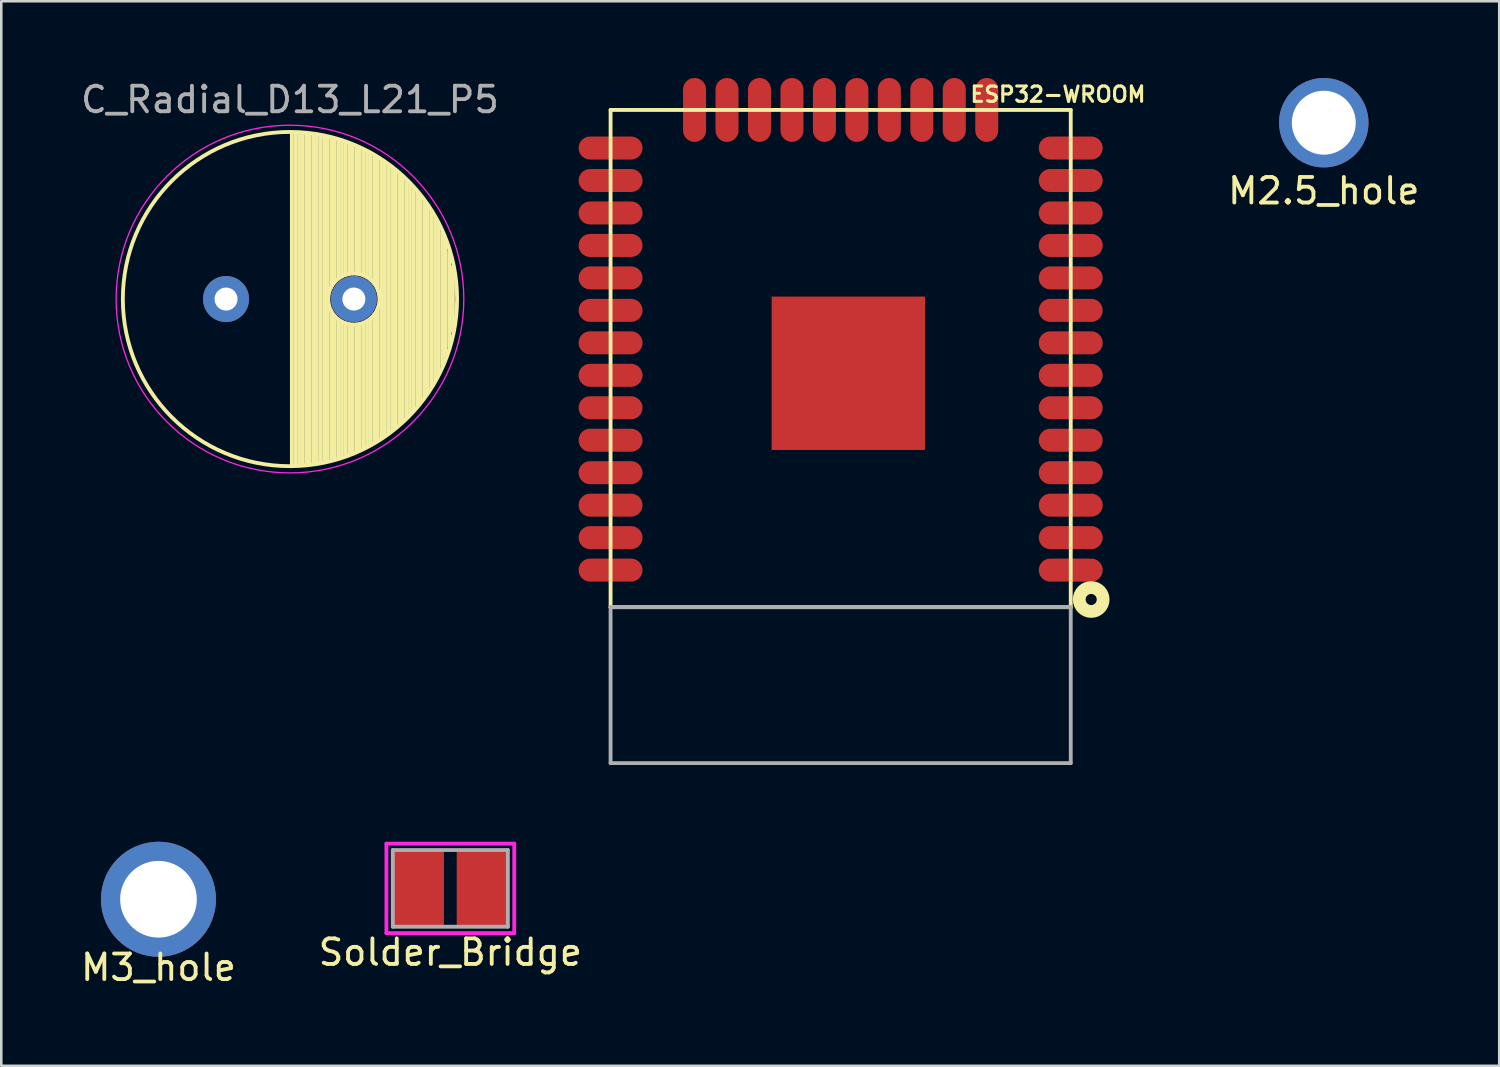
<source format=kicad_pcb>
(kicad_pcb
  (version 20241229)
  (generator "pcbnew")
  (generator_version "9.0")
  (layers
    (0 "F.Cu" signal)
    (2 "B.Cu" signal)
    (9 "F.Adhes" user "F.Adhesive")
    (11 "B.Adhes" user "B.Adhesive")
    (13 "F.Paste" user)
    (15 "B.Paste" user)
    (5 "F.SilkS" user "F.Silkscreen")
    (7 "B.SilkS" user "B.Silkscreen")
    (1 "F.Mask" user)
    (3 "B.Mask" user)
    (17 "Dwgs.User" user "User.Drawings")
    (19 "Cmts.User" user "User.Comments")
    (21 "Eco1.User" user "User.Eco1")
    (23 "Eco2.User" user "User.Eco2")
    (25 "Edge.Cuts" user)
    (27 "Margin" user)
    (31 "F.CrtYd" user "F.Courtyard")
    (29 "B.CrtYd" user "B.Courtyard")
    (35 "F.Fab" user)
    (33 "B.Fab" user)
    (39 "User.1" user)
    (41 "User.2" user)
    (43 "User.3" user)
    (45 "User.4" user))
  (footprint "Solder_Bridge"
    (layer "F.Cu")
    (at 14.565 31.7)
    (property "Reference" "Solder_Bridge" (at 0 2.5 0) (layer "F.SilkS") (effects (font (size 1 1) (thickness 0.15))))
    (attr through_hole)
    (fp_line (start -2.5 -1.75) (end 2.5 -1.75) (stroke (width 0.15) (type solid)) (layer "F.CrtYd"))
    (fp_line (start -2.5 1.75) (end -2.5 -1.75) (stroke (width 0.15) (type solid)) (layer "F.CrtYd"))
    (fp_line (start 2.5 -1.75) (end 2.5 1.75) (stroke (width 0.15) (type solid)) (layer "F.CrtYd"))
    (fp_line (start 2.5 1.75) (end -2.5 1.75) (stroke (width 0.15) (type solid)) (layer "F.CrtYd"))
    (fp_line (start -2.25 -1.5) (end 2.25 -1.5) (stroke (width 0.15) (type solid)) (layer "F.Fab"))
    (fp_line (start -2.25 1.5) (end -2.25 -1.5) (stroke (width 0.15) (type solid)) (layer "F.Fab"))
    (fp_line (start 2.25 -1.5) (end 2.25 1.5) (stroke (width 0.15) (type solid)) (layer "F.Fab"))
    (fp_line (start 2.25 1.5) (end -2.25 1.5) (stroke (width 0.15) (type solid)) (layer "F.Fab"))
    (pad "1" smd rect (at -1.25 0) (size 2 3) (layers "F.Cu" "F.Mask" "F.Paste"))
    (pad "2" smd rect (at 1.25 0) (size 2 3) (layers "F.Cu" "F.Mask" "F.Paste")))
  (footprint "ESP32-WROOM"
    (layer "F.Cu")
    (at 29.833 14)
    (property "Reference" "ESP32-WROOM" (at 8.5 -13.358 0) (layer "F.SilkS") (effects (font (size 0.6 0.6) (thickness 0.12))))
    (attr through_hole)
    (fp_line (start -9 -12.75) (end 9 -12.75) (stroke (width 0.15) (type solid)) (layer "F.SilkS"))
    (fp_line (start -9 6.7) (end 9 6.7) (stroke (width 0.15) (type solid)) (layer "F.SilkS"))
    (fp_line (start -9 6.7) (end -9 -12.75) (stroke (width 0.15) (type solid)) (layer "F.SilkS"))
    (fp_line (start 9 6.7) (end 9 -12.75) (stroke (width 0.15) (type solid)) (layer "F.SilkS"))
    (fp_circle (center 9.8 6.4) (end 9.894 6.596) (stroke (width 0.5) (type solid)) (fill no) (layer "F.SilkS"))
    (fp_line (start -9 6.7) (end 9 6.7) (stroke (width 0.15) (type solid)) (layer "F.Fab"))
    (fp_line (start -9 12.8) (end -9 6.7) (stroke (width 0.15) (type solid)) (layer "F.Fab"))
    (fp_line (start -9 12.8) (end 9 12.8) (stroke (width 0.15) (type solid)) (layer "F.Fab"))
    (fp_line (start 9 6.7) (end 9 12.8) (stroke (width 0.15) (type solid)) (layer "F.Fab"))
    (pad "1" smd oval (at 9 5.25) (size 2.5 0.9) (layers "F.Cu" "F.Mask" "F.Paste"))
    (pad "2" smd oval (at 9 3.98) (size 2.5 0.9) (layers "F.Cu" "F.Mask" "F.Paste"))
    (pad "3" smd oval (at 9 2.71) (size 2.5 0.9) (layers "F.Cu" "F.Mask" "F.Paste"))
    (pad "4" smd oval (at 9 1.44) (size 2.5 0.9) (layers "F.Cu" "F.Mask" "F.Paste"))
    (pad "5" smd oval (at 9 0.17) (size 2.5 0.9) (layers "F.Cu" "F.Mask" "F.Paste"))
    (pad "6" smd oval (at 9 -1.1) (size 2.5 0.9) (layers "F.Cu" "F.Mask" "F.Paste"))
    (pad "7" smd oval (at 9 -2.37) (size 2.5 0.9) (layers "F.Cu" "F.Mask" "F.Paste"))
    (pad "8" smd oval (at 9 -3.64) (size 2.5 0.9) (layers "F.Cu" "F.Mask" "F.Paste"))
    (pad "9" smd oval (at 9 -4.91) (size 2.5 0.9) (layers "F.Cu" "F.Mask" "F.Paste"))
    (pad "10" smd oval (at 9 -6.18) (size 2.5 0.9) (layers "F.Cu" "F.Mask" "F.Paste"))
    (pad "11" smd oval (at 9 -7.45) (size 2.5 0.9) (layers "F.Cu" "F.Mask" "F.Paste"))
    (pad "12" smd oval (at 9 -8.72) (size 2.5 0.9) (layers "F.Cu" "F.Mask" "F.Paste"))
    (pad "13" smd oval (at 9 -9.99) (size 2.5 0.9) (layers "F.Cu" "F.Mask" "F.Paste"))
    (pad "14" smd oval (at 9 -11.26) (size 2.5 0.9) (layers "F.Cu" "F.Mask" "F.Paste"))
    (pad "15" smd oval (at 5.715 -12.75) (size 0.9 2.5) (layers "F.Cu" "F.Mask" "F.Paste"))
    (pad "16" smd oval (at 4.445 -12.75) (size 0.9 2.5) (layers "F.Cu" "F.Mask" "F.Paste"))
    (pad "17" smd oval (at 3.175 -12.75) (size 0.9 2.5) (layers "F.Cu" "F.Mask" "F.Paste"))
    (pad "18" smd oval (at 1.905 -12.75) (size 0.9 2.5) (layers "F.Cu" "F.Mask" "F.Paste"))
    (pad "19" smd oval (at 0.635 -12.75) (size 0.9 2.5) (layers "F.Cu" "F.Mask" "F.Paste"))
    (pad "20" smd oval (at -0.635 -12.75) (size 0.9 2.5) (layers "F.Cu" "F.Mask" "F.Paste"))
    (pad "21" smd oval (at -1.905 -12.75) (size 0.9 2.5) (layers "F.Cu" "F.Mask" "F.Paste"))
    (pad "22" smd oval (at -3.175 -12.75) (size 0.9 2.5) (layers "F.Cu" "F.Mask" "F.Paste"))
    (pad "23" smd oval (at -4.445 -12.75) (size 0.9 2.5) (layers "F.Cu" "F.Mask" "F.Paste"))
    (pad "24" smd oval (at -5.715 -12.75) (size 0.9 2.5) (layers "F.Cu" "F.Mask" "F.Paste"))
    (pad "25" smd oval (at -9 -11.26) (size 2.5 0.9) (layers "F.Cu" "F.Mask" "F.Paste"))
    (pad "26" smd oval (at -9 -9.99) (size 2.5 0.9) (layers "F.Cu" "F.Mask" "F.Paste"))
    (pad "27" smd oval (at -9 -8.72) (size 2.5 0.9) (layers "F.Cu" "F.Mask" "F.Paste"))
    (pad "28" smd oval (at -9 -7.45) (size 2.5 0.9) (layers "F.Cu" "F.Mask" "F.Paste"))
    (pad "29" smd oval (at -9 -6.18) (size 2.5 0.9) (layers "F.Cu" "F.Mask" "F.Paste"))
    (pad "30" smd oval (at -9 -4.91) (size 2.5 0.9) (layers "F.Cu" "F.Mask" "F.Paste"))
    (pad "31" smd oval (at -9 -3.64) (size 2.5 0.9) (layers "F.Cu" "F.Mask" "F.Paste"))
    (pad "32" smd oval (at -9 -2.37) (size 2.5 0.9) (layers "F.Cu" "F.Mask" "F.Paste"))
    (pad "33" smd oval (at -9 -1.1) (size 2.5 0.9) (layers "F.Cu" "F.Mask" "F.Paste"))
    (pad "34" smd oval (at -9 0.17) (size 2.5 0.9) (layers "F.Cu" "F.Mask" "F.Paste"))
    (pad "35" smd oval (at -9 1.44) (size 2.5 0.9) (layers "F.Cu" "F.Mask" "F.Paste"))
    (pad "36" smd oval (at -9 2.71) (size 2.5 0.9) (layers "F.Cu" "F.Mask" "F.Paste"))
    (pad "37" smd oval (at -9 3.98) (size 2.5 0.9) (layers "F.Cu" "F.Mask" "F.Paste"))
    (pad "38" smd oval (at -9 5.25) (size 2.5 0.9) (layers "F.Cu" "F.Mask" "F.Paste"))
    (pad "39" smd rect (at 0.3 -2.45) (size 6 6) (layers "F.Cu" "F.Mask" "F.Paste")))
  (footprint "C_Radial_D13_L21_P5"
    (layer "F.Cu")
    (at 5.792 8.648)
    (property "Reference" "C_Radial_D13_L21_P5" (at 2.5 -7.8 0) (layer "F.Fab") (effects (font (size 1 1) (thickness 0.15))))
    (attr through_hole)
    (fp_line (start 2.575 -6.5) (end 2.575 6.5) (stroke (width 0.15) (type solid)) (layer "F.SilkS"))
    (fp_line (start 2.715 -6.496) (end 2.715 6.496) (stroke (width 0.15) (type solid)) (layer "F.SilkS"))
    (fp_line (start 2.855 -6.49) (end 2.855 6.49) (stroke (width 0.15) (type solid)) (layer "F.SilkS"))
    (fp_line (start 2.995 -6.481) (end 2.995 6.481) (stroke (width 0.15) (type solid)) (layer "F.SilkS"))
    (fp_line (start 3.135 -6.469) (end 3.135 6.469) (stroke (width 0.15) (type solid)) (layer "F.SilkS"))
    (fp_line (start 3.275 -6.454) (end 3.275 6.454) (stroke (width 0.15) (type solid)) (layer "F.SilkS"))
    (fp_line (start 3.415 -6.435) (end 3.415 6.435) (stroke (width 0.15) (type solid)) (layer "F.SilkS"))
    (fp_line (start 3.555 -6.414) (end 3.555 6.414) (stroke (width 0.15) (type solid)) (layer "F.SilkS"))
    (fp_line (start 3.695 -6.389) (end 3.695 6.389) (stroke (width 0.15) (type solid)) (layer "F.SilkS"))
    (fp_line (start 3.835 -6.361) (end 3.835 6.361) (stroke (width 0.15) (type solid)) (layer "F.SilkS"))
    (fp_line (start 3.975 -6.33) (end 3.975 6.33) (stroke (width 0.15) (type solid)) (layer "F.SilkS"))
    (fp_line (start 4.115 -6.296) (end 4.115 -0.466) (stroke (width 0.15) (type solid)) (layer "F.SilkS"))
    (fp_line (start 4.115 0.466) (end 4.115 6.296) (stroke (width 0.15) (type solid)) (layer "F.SilkS"))
    (fp_line (start 4.255 -6.259) (end 4.255 -0.667) (stroke (width 0.15) (type solid)) (layer "F.SilkS"))
    (fp_line (start 4.255 0.667) (end 4.255 6.259) (stroke (width 0.15) (type solid)) (layer "F.SilkS"))
    (fp_line (start 4.395 -6.218) (end 4.395 -0.796) (stroke (width 0.15) (type solid)) (layer "F.SilkS"))
    (fp_line (start 4.395 0.796) (end 4.395 6.218) (stroke (width 0.15) (type solid)) (layer "F.SilkS"))
    (fp_line (start 4.535 -6.173) (end 4.535 -0.885) (stroke (width 0.15) (type solid)) (layer "F.SilkS"))
    (fp_line (start 4.535 0.885) (end 4.535 6.173) (stroke (width 0.15) (type solid)) (layer "F.SilkS"))
    (fp_line (start 4.675 -6.125) (end 4.675 -0.946) (stroke (width 0.15) (type solid)) (layer "F.SilkS"))
    (fp_line (start 4.675 0.946) (end 4.675 6.125) (stroke (width 0.15) (type solid)) (layer "F.SilkS"))
    (fp_line (start 4.815 -6.074) (end 4.815 -0.983) (stroke (width 0.15) (type solid)) (layer "F.SilkS"))
    (fp_line (start 4.815 0.983) (end 4.815 6.074) (stroke (width 0.15) (type solid)) (layer "F.SilkS"))
    (fp_line (start 4.955 -6.019) (end 4.955 -0.999) (stroke (width 0.15) (type solid)) (layer "F.SilkS"))
    (fp_line (start 4.955 0.999) (end 4.955 6.019) (stroke (width 0.15) (type solid)) (layer "F.SilkS"))
    (fp_line (start 5.095 -5.96) (end 5.095 -0.995) (stroke (width 0.15) (type solid)) (layer "F.SilkS"))
    (fp_line (start 5.095 0.995) (end 5.095 5.96) (stroke (width 0.15) (type solid)) (layer "F.SilkS"))
    (fp_line (start 5.235 -5.897) (end 5.235 -0.972) (stroke (width 0.15) (type solid)) (layer "F.SilkS"))
    (fp_line (start 5.235 0.972) (end 5.235 5.897) (stroke (width 0.15) (type solid)) (layer "F.SilkS"))
    (fp_line (start 5.375 -5.83) (end 5.375 -0.927) (stroke (width 0.15) (type solid)) (layer "F.SilkS"))
    (fp_line (start 5.375 0.927) (end 5.375 5.83) (stroke (width 0.15) (type solid)) (layer "F.SilkS"))
    (fp_line (start 5.515 -5.758) (end 5.515 -0.857) (stroke (width 0.15) (type solid)) (layer "F.SilkS"))
    (fp_line (start 5.515 0.857) (end 5.515 5.758) (stroke (width 0.15) (type solid)) (layer "F.SilkS"))
    (fp_line (start 5.655 -5.683) (end 5.655 -0.756) (stroke (width 0.15) (type solid)) (layer "F.SilkS"))
    (fp_line (start 5.655 0.756) (end 5.655 5.683) (stroke (width 0.15) (type solid)) (layer "F.SilkS"))
    (fp_line (start 5.795 -5.603) (end 5.795 -0.607) (stroke (width 0.15) (type solid)) (layer "F.SilkS"))
    (fp_line (start 5.795 0.607) (end 5.795 5.603) (stroke (width 0.15) (type solid)) (layer "F.SilkS"))
    (fp_line (start 5.935 -5.518) (end 5.935 -0.355) (stroke (width 0.15) (type solid)) (layer "F.SilkS"))
    (fp_line (start 5.935 0.355) (end 5.935 5.518) (stroke (width 0.15) (type solid)) (layer "F.SilkS"))
    (fp_line (start 6.075 -5.429) (end 6.075 5.429) (stroke (width 0.15) (type solid)) (layer "F.SilkS"))
    (fp_line (start 6.215 -5.334) (end 6.215 5.334) (stroke (width 0.15) (type solid)) (layer "F.SilkS"))
    (fp_line (start 6.355 -5.233) (end 6.355 5.233) (stroke (width 0.15) (type solid)) (layer "F.SilkS"))
    (fp_line (start 6.495 -5.127) (end 6.495 5.127) (stroke (width 0.15) (type solid)) (layer "F.SilkS"))
    (fp_line (start 6.635 -5.015) (end 6.635 5.015) (stroke (width 0.15) (type solid)) (layer "F.SilkS"))
    (fp_line (start 6.775 -4.896) (end 6.775 4.896) (stroke (width 0.15) (type solid)) (layer "F.SilkS"))
    (fp_line (start 6.915 -4.771) (end 6.915 4.771) (stroke (width 0.15) (type solid)) (layer "F.SilkS"))
    (fp_line (start 7.055 -4.637) (end 7.055 4.637) (stroke (width 0.15) (type solid)) (layer "F.SilkS"))
    (fp_line (start 7.195 -4.495) (end 7.195 4.495) (stroke (width 0.15) (type solid)) (layer "F.SilkS"))
    (fp_line (start 7.335 -4.344) (end 7.335 4.344) (stroke (width 0.15) (type solid)) (layer "F.SilkS"))
    (fp_line (start 7.475 -4.183) (end 7.475 4.183) (stroke (width 0.15) (type solid)) (layer "F.SilkS"))
    (fp_line (start 7.615 -4.011) (end 7.615 4.011) (stroke (width 0.15) (type solid)) (layer "F.SilkS"))
    (fp_line (start 7.755 -3.826) (end 7.755 3.826) (stroke (width 0.15) (type solid)) (layer "F.SilkS"))
    (fp_line (start 7.895 -3.625) (end 7.895 3.625) (stroke (width 0.15) (type solid)) (layer "F.SilkS"))
    (fp_line (start 8.035 -3.408) (end 8.035 3.408) (stroke (width 0.15) (type solid)) (layer "F.SilkS"))
    (fp_line (start 8.175 -3.169) (end 8.175 3.169) (stroke (width 0.15) (type solid)) (layer "F.SilkS"))
    (fp_line (start 8.315 -2.904) (end 8.315 2.904) (stroke (width 0.15) (type solid)) (layer "F.SilkS"))
    (fp_line (start 8.455 -2.605) (end 8.455 2.605) (stroke (width 0.15) (type solid)) (layer "F.SilkS"))
    (fp_line (start 8.595 -2.259) (end 8.595 2.259) (stroke (width 0.15) (type solid)) (layer "F.SilkS"))
    (fp_line (start 8.735 -1.837) (end 8.735 1.837) (stroke (width 0.15) (type solid)) (layer "F.SilkS"))
    (fp_line (start 8.875 -1.269) (end 8.875 1.269) (stroke (width 0.15) (type solid)) (layer "F.SilkS"))
    (fp_circle (center 2.5 0) (end 2.5 -6.537) (stroke (width 0.15) (type solid)) (fill no) (layer "F.SilkS"))
    (fp_circle (center 5 0) (end 5 -1) (stroke (width 0.15) (type solid)) (fill no) (layer "F.SilkS"))
    (fp_circle (center 2.5 0) (end 2.5 -6.8) (stroke (width 0.05) (type solid)) (fill no) (layer "F.CrtYd"))
    (pad "1" thru_hole circle (at 0 0) (size 1.8 1.8) (drill 0.9) (layers "*.Cu" "*.Mask"))
    (pad "2" thru_hole circle (at 5 0) (size 1.8 1.8) (drill 0.9) (layers "*.Cu" "*.Mask")))
  (footprint "M2.5_hole"
    (layer "F.Cu")
    (at 48.731 1.75)
    (property "Reference" "M2.5_hole" (at 0 2.667 0) (layer "F.SilkS") (effects (font (size 1 1) (thickness 0.15))))
    (attr through_hole)
    (pad "1" thru_hole circle (at 0 0) (size 3.5 3.5) (drill 2.5) (layers "*.Cu" "*.Mask")))
  (footprint "M3_hole"
    (layer "F.Cu")
    (at 3.149 32.125)
    (property "Reference" "M3_hole" (at 0 2.667 0) (layer "F.SilkS") (effects (font (size 1 1) (thickness 0.15))))
    (attr through_hole)
    (pad "1" thru_hole circle (at 0 0) (size 4.5 4.5) (drill 3) (layers "*.Cu" "*.Mask")))
  (gr_rect
    (start -3 -3)
    (end 55.594 38.64)
    (stroke (width 0.1) (type default))
    (fill no)
    (layer "Edge.Cuts")))
</source>
